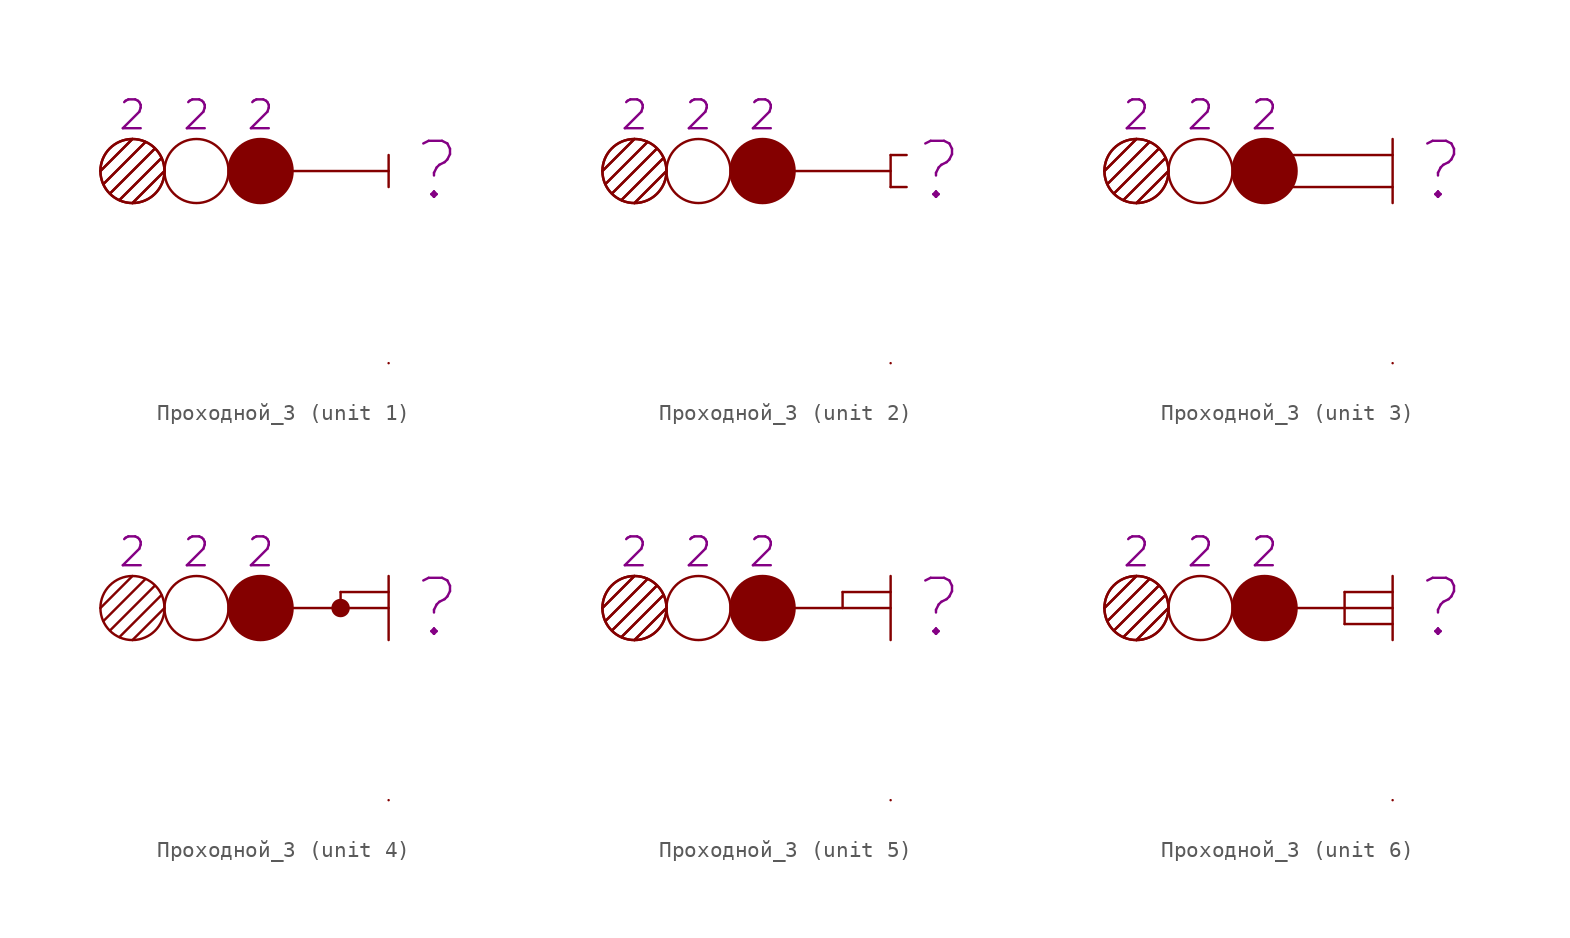
<source format=kicad_sym>
(kicad_symbol_lib
  (version 20231120)
  (generator "kicad_symbol_editor")
  (generator_version "8.0")
  (symbol "Проходной_3"
    (pin_numbers hide)
    (pin_names
      (offset 0) hide)
    (property "Reference" "Проходной"
      (at 4.5 16 0)
      (effects (font (size 1.8 1.8)) (hide yes)))
    (property "Литера" "?"
      (at 3 12 0)
      (do_not_autoplace)
      (effects (font (size 3.5 3.5))))
    (property "ДвухнитеваяК" "2"
      (at -8 15.5 0)
      (do_not_autoplace)
      (effects (font (size 1.8 1.8))))
    (property "ДвухнитеваяЖ" "2"
      (at -16 15.5 0)
      (do_not_autoplace)
      (effects (font (size 1.8 1.8))))
    (property "ДвухнитеваяЗ" "2"
      (at -12 15.5 0)
      (do_not_autoplace)
      (effects (font (size 1.8 1.8))))
    (property "ki_locked" ""
      (at 0 0 0)
      (effects (font (size 1.27 1.27))))
    (symbol "Проходной_3_0_0"
      (circle (center -16 12) (radius 2) (stroke (width 0) (type solid)) (fill (type none)))
      (polyline (pts (xy -16 14) (xy -18 12)) (stroke (width 0) (type default)) (fill (type none)))
      (polyline (pts (xy -15.188 13.812) (xy -17.812 11.188)) (stroke (width 0) (type default)) (fill (type none)))
      (polyline (pts (xy -14.625 13.375) (xy -17.375 10.625)) (stroke (width 0) (type default)) (fill (type none)))
      (polyline (pts (xy -14.188 12.812) (xy -16.812 10.188)) (stroke (width 0) (type default)) (fill (type none)))
      (polyline (pts (xy -14 12) (xy -16 10)) (stroke (width 0) (type default)) (fill (type none))))
    (symbol "Проходной_3_0_1"
      (circle (center -12 12) (radius 2) (stroke (width 0) (type default)) (fill (type none)))
      (circle (center -8 12) (radius 2) (stroke (width 0) (type default)) (fill (type outline))))
    (symbol "Проходной_3_1_1"
      (unit_name "Мачта ЖБИ")
      (circle (center -16 12) (radius 2) (stroke (width 0) (type solid)) (fill (type none)))
      (polyline (pts (xy -16 14) (xy -18 12)) (stroke (width 0) (type default)) (fill (type none)))
      (polyline (pts (xy -15.188 13.812) (xy -17.812 11.188)) (stroke (width 0) (type default)) (fill (type none)))
      (polyline (pts (xy -14.625 13.375) (xy -17.375 10.625)) (stroke (width 0) (type default)) (fill (type none)))
      (polyline (pts (xy -14.188 12.812) (xy -16.812 10.188)) (stroke (width 0) (type default)) (fill (type none)))
      (polyline (pts (xy -14 12) (xy -16 10)) (stroke (width 0) (type default)) (fill (type none)))
      (polyline (pts (xy 0 11) (xy 0 13)) (stroke (width 0) (type default)) (fill (type none)))
      (polyline (pts (xy 0 12) (xy -6 12)) (stroke (width 0) (type default)) (fill (type none)))
      (pin unspecified line (at 0 0 90) (length 0) (name "привязка" (effects (font (size 1.8 1.8)))) (number "" (effects (font (size 1.8 1.8))))))
    (symbol "Проходной_3_2_1"
      (unit_name "В туннелях")
      (circle (center -16 12) (radius 2) (stroke (width 0) (type solid)) (fill (type none)))
      (polyline (pts (xy -16 14) (xy -18 12)) (stroke (width 0) (type default)) (fill (type none)))
      (polyline (pts (xy -15.188 13.812) (xy -17.812 11.188)) (stroke (width 0) (type default)) (fill (type none)))
      (polyline (pts (xy -14.625 13.375) (xy -17.375 10.625)) (stroke (width 0) (type default)) (fill (type none)))
      (polyline (pts (xy -14.188 12.812) (xy -16.812 10.188)) (stroke (width 0) (type default)) (fill (type none)))
      (polyline (pts (xy -14 12) (xy -16 10)) (stroke (width 0) (type default)) (fill (type none)))
      (polyline (pts (xy 0 11) (xy 0 13)) (stroke (width 0) (type default)) (fill (type none)))
      (polyline (pts (xy 0 11) (xy 1 11)) (stroke (width 0) (type default)) (fill (type none)))
      (polyline (pts (xy 0 12) (xy -6 12)) (stroke (width 0) (type default)) (fill (type none)))
      (polyline (pts (xy 0 13) (xy 1 13)) (stroke (width 0) (type default)) (fill (type none)))
      (pin unspecified line (at 0 0 90) (length 0) (name "привязка" (effects (font (size 1.8 1.8)))) (number "" (effects (font (size 1.8 1.8))))))
    (symbol "Проходной_3_3_1"
      (unit_name "Мачта сталь")
      (circle (center -16 12) (radius 2) (stroke (width 0) (type solid)) (fill (type none)))
      (polyline (pts (xy -16 14) (xy -18 12)) (stroke (width 0) (type default)) (fill (type none)))
      (polyline (pts (xy -15.188 13.812) (xy -17.812 11.188)) (stroke (width 0) (type default)) (fill (type none)))
      (polyline (pts (xy -14.625 13.375) (xy -17.375 10.625)) (stroke (width 0) (type default)) (fill (type none)))
      (polyline (pts (xy -14.188 12.812) (xy -16.812 10.188)) (stroke (width 0) (type default)) (fill (type none)))
      (polyline (pts (xy -14 12) (xy -16 10)) (stroke (width 0) (type default)) (fill (type none)))
      (polyline (pts (xy 0 11) (xy -7 11)) (stroke (width 0) (type default)) (fill (type none)))
      (polyline (pts (xy 0 13) (xy -7 13)) (stroke (width 0) (type default)) (fill (type none)))
      (polyline (pts (xy 0 14) (xy 0 10)) (stroke (width 0) (type default)) (fill (type none)))
      (pin unspecified line (at 0 0 90) (length 0) (name "привязка" (effects (font (size 1.8 1.8)))) (number "" (effects (font (size 1.8 1.8))))))
    (symbol "Проходной_3_4_1"
      (unit_name "С муфтой")
      (circle (center -3 12) (radius 0.5) (stroke (width 0) (type default)) (fill (type outline)))
      (polyline (pts (xy -6 12) (xy 0 12)) (stroke (width 0) (type default)) (fill (type none)))
      (polyline (pts (xy 0 10) (xy 0 14)) (stroke (width 0) (type default)) (fill (type none)))
      (polyline (pts (xy 0 13) (xy -3 13) (xy -3 13)) (stroke (width 0) (type default)) (fill (type none)))
      (pin input line (at -3 13 270) (length 1) (name "" (effects (font (size 1.8 1.8)))) (number "" (effects (font (size 1.8 1.8)))))
      (pin unspecified line (at 0 0 90) (length 0) (name "привязка" (effects (font (size 1.8 1.8)))) (number "" (effects (font (size 1.8 1.8))))))
    (symbol "Проходной_3_5_1"
      (unit_name "1ТЯ")
      (circle (center -16 12) (radius 2) (stroke (width 0) (type solid)) (fill (type none)))
      (polyline (pts (xy -16 14) (xy -18 12)) (stroke (width 0) (type default)) (fill (type none)))
      (polyline (pts (xy -15.188 13.812) (xy -17.812 11.188)) (stroke (width 0) (type default)) (fill (type none)))
      (polyline (pts (xy -14.625 13.375) (xy -17.375 10.625)) (stroke (width 0) (type default)) (fill (type none)))
      (polyline (pts (xy -14.188 12.812) (xy -16.812 10.188)) (stroke (width 0) (type default)) (fill (type none)))
      (polyline (pts (xy -14 12) (xy -16 10)) (stroke (width 0) (type default)) (fill (type none)))
      (polyline (pts (xy 0 10) (xy 0 14)) (stroke (width 0) (type default)) (fill (type none)))
      (polyline (pts (xy 0 12) (xy -6 12)) (stroke (width 0) (type default)) (fill (type none)))
      (polyline (pts (xy -3 13) (xy -3 13) (xy 0 13)) (stroke (width 0) (type default)) (fill (type none)))
      (pin input line (at -3 13 270) (length 1) (name "" (effects (font (size 1.8 1.8)))) (number "" (effects (font (size 1.8 1.8)))))
      (pin unspecified line (at 0 0 90) (length 0) (name "привязка" (effects (font (size 1.8 1.8)))) (number "" (effects (font (size 1.8 1.8))))))
    (symbol "Проходной_3_6_1"
      (unit_name "2ТЯ")
      (circle (center -16 12) (radius 2) (stroke (width 0) (type solid)) (fill (type none)))
      (polyline (pts (xy -16 14) (xy -18 12)) (stroke (width 0) (type default)) (fill (type none)))
      (polyline (pts (xy -15.188 13.812) (xy -17.812 11.188)) (stroke (width 0) (type default)) (fill (type none)))
      (polyline (pts (xy -14.625 13.375) (xy -17.375 10.625)) (stroke (width 0) (type default)) (fill (type none)))
      (polyline (pts (xy -14.188 12.812) (xy -16.812 10.188)) (stroke (width 0) (type default)) (fill (type none)))
      (polyline (pts (xy -14 12) (xy -16 10)) (stroke (width 0) (type default)) (fill (type none)))
      (polyline (pts (xy -3 13) (xy 0 13)) (stroke (width 0) (type default)) (fill (type none)))
      (polyline (pts (xy 0 10) (xy 0 14)) (stroke (width 0) (type default)) (fill (type none)))
      (polyline (pts (xy 0 11) (xy -3 11)) (stroke (width 0) (type default)) (fill (type none)))
      (polyline (pts (xy 0 12) (xy -6 12)) (stroke (width 0) (type default)) (fill (type none)))
      (pin input line (at -3 11 90) (length 1) (name "" (effects (font (size 1.8 1.8)))) (number "" (effects (font (size 1.8 1.8)))))
      (pin input line (at -3 13 270) (length 1) (name "" (effects (font (size 1.8 1.8)))) (number "" (effects (font (size 1.8 1.8)))))
      (pin unspecified line (at 0 0 90) (length 0) (name "привязка" (effects (font (size 1.8 1.8)))) (number "" (effects (font (size 1.8 1.8))))))))
</source>
